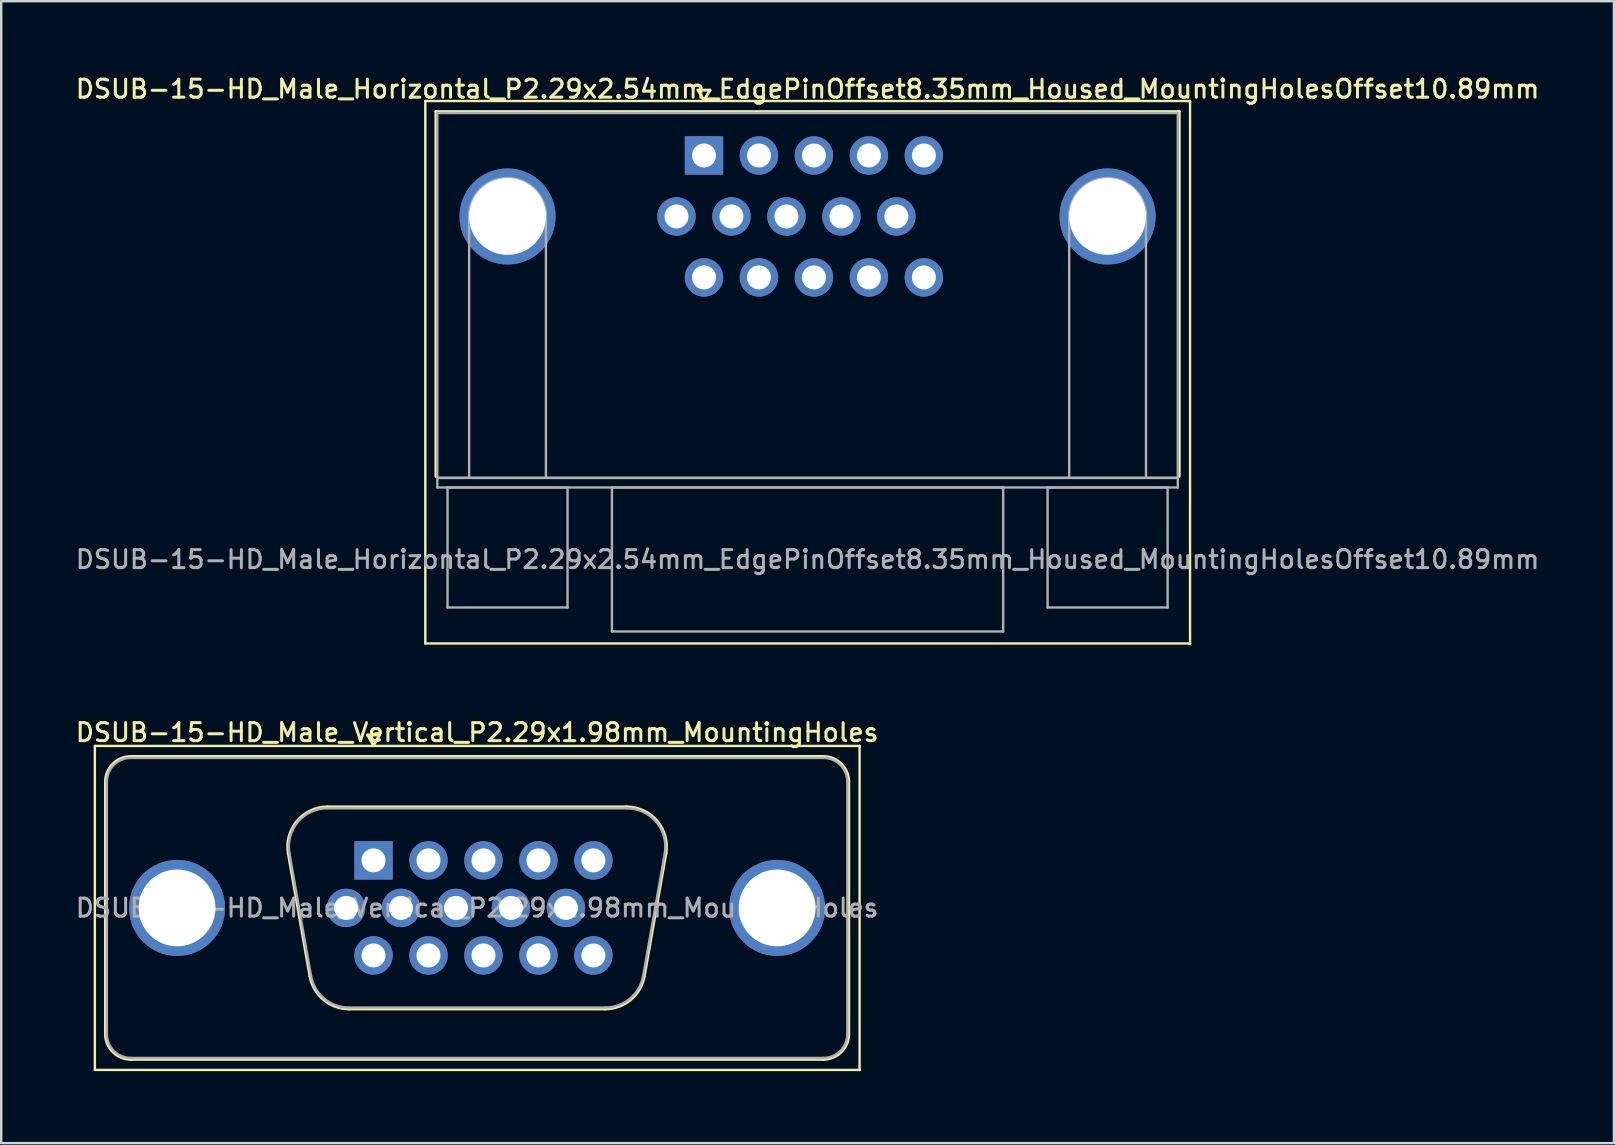
<source format=kicad_pcb>
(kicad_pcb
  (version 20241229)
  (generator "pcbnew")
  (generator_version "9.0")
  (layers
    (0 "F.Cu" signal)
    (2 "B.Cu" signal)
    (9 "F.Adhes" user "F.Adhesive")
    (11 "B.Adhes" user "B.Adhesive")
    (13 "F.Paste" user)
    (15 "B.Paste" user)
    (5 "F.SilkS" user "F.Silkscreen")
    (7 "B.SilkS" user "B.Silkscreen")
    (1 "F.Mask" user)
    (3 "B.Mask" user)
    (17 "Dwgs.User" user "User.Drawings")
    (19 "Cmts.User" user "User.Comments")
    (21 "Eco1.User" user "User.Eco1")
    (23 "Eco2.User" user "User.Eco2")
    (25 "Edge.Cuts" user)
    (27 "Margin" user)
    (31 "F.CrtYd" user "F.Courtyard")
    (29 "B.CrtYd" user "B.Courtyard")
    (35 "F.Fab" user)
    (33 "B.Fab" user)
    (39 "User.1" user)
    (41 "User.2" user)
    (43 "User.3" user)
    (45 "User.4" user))
  (footprint "DSUB-15-HD_Male_Horizontal_P2.29x2.54mm_EdgePinOffset8.35mm_Housed_MountingHolesOffset10.89mm"
    (layer "F.Cu")
    (at 26.28 3.428)
    (property "Reference" "DSUB-15-HD_Male_Horizontal_P2.29x2.54mm_EdgePinOffset8.35mm_Housed_MountingHolesOffset10.89mm" (at 4.315 -2.77 0) (layer "F.SilkS") (effects (font (size 0.75 0.75) (thickness 0.125))))
    (attr through_hole)
    (fp_line (start -11.61 -2.27) (end -11.61 20.33) (stroke (width 0.1) (type solid)) (layer "F.SilkS"))
    (fp_line (start -11.61 20.33) (end 20.25 20.33) (stroke (width 0.1) (type solid)) (layer "F.SilkS"))
    (fp_line (start -11.17 -1.83) (end 19.8 -1.83) (stroke (width 0.12) (type solid)) (layer "F.SilkS"))
    (fp_line (start -11.17 13.37) (end -11.17 -1.83) (stroke (width 0.12) (type solid)) (layer "F.SilkS"))
    (fp_line (start -0.25 -2.724) (end 0.25 -2.724) (stroke (width 0.12) (type solid)) (layer "F.SilkS"))
    (fp_line (start 0 -2.291) (end -0.25 -2.724) (stroke (width 0.12) (type solid)) (layer "F.SilkS"))
    (fp_line (start 0.25 -2.724) (end 0 -2.291) (stroke (width 0.12) (type solid)) (layer "F.SilkS"))
    (fp_line (start 19.8 -1.83) (end 19.8 13.37) (stroke (width 0.12) (type solid)) (layer "F.SilkS"))
    (fp_line (start 20.25 -2.27) (end -11.61 -2.27) (stroke (width 0.1) (type solid)) (layer "F.SilkS"))
    (fp_line (start 20.25 20.33) (end 20.25 -2.27) (stroke (width 0.1) (type solid)) (layer "F.SilkS"))
    (fp_line (start -11.11 -1.77) (end -11.11 13.43) (stroke (width 0.1) (type solid)) (layer "F.Fab"))
    (fp_line (start -11.11 13.43) (end -11.11 13.83) (stroke (width 0.1) (type solid)) (layer "F.Fab"))
    (fp_line (start -11.11 13.43) (end 19.74 13.43) (stroke (width 0.1) (type solid)) (layer "F.Fab"))
    (fp_line (start -11.11 13.83) (end 19.74 13.83) (stroke (width 0.1) (type solid)) (layer "F.Fab"))
    (fp_line (start -10.685 13.83) (end -10.685 18.83) (stroke (width 0.1) (type solid)) (layer "F.Fab"))
    (fp_line (start -10.685 18.83) (end -5.685 18.83) (stroke (width 0.1) (type solid)) (layer "F.Fab"))
    (fp_line (start -9.785 13.43) (end -9.785 2.54) (stroke (width 0.1) (type solid)) (layer "F.Fab"))
    (fp_line (start -6.585 13.43) (end -6.585 2.54) (stroke (width 0.1) (type solid)) (layer "F.Fab"))
    (fp_line (start -5.685 13.83) (end -10.685 13.83) (stroke (width 0.1) (type solid)) (layer "F.Fab"))
    (fp_line (start -5.685 18.83) (end -5.685 13.83) (stroke (width 0.1) (type solid)) (layer "F.Fab"))
    (fp_line (start -3.835 13.83) (end -3.835 19.83) (stroke (width 0.1) (type solid)) (layer "F.Fab"))
    (fp_line (start -3.835 19.83) (end 12.465 19.83) (stroke (width 0.1) (type solid)) (layer "F.Fab"))
    (fp_line (start 12.465 13.83) (end -3.835 13.83) (stroke (width 0.1) (type solid)) (layer "F.Fab"))
    (fp_line (start 12.465 19.83) (end 12.465 13.83) (stroke (width 0.1) (type solid)) (layer "F.Fab"))
    (fp_line (start 14.315 13.83) (end 14.315 18.83) (stroke (width 0.1) (type solid)) (layer "F.Fab"))
    (fp_line (start 14.315 18.83) (end 19.315 18.83) (stroke (width 0.1) (type solid)) (layer "F.Fab"))
    (fp_line (start 15.215 13.43) (end 15.215 2.54) (stroke (width 0.1) (type solid)) (layer "F.Fab"))
    (fp_line (start 18.415 13.43) (end 18.415 2.54) (stroke (width 0.1) (type solid)) (layer "F.Fab"))
    (fp_line (start 19.315 13.83) (end 14.315 13.83) (stroke (width 0.1) (type solid)) (layer "F.Fab"))
    (fp_line (start 19.315 18.83) (end 19.315 13.83) (stroke (width 0.1) (type solid)) (layer "F.Fab"))
    (fp_line (start 19.74 -1.77) (end -11.11 -1.77) (stroke (width 0.1) (type solid)) (layer "F.Fab"))
    (fp_line (start 19.74 13.43) (end -11.11 13.43) (stroke (width 0.1) (type solid)) (layer "F.Fab"))
    (fp_line (start 19.74 13.43) (end 19.74 -1.77) (stroke (width 0.1) (type solid)) (layer "F.Fab"))
    (fp_line (start 19.74 13.83) (end 19.74 13.43) (stroke (width 0.1) (type solid)) (layer "F.Fab"))
    (fp_arc (start -9.785 2.54) (mid -8.185 0.94) (end -6.585 2.54) (stroke (width 0.1) (type solid)) (layer "F.Fab"))
    (fp_arc (start 15.215 2.54) (mid 16.815 0.94) (end 18.415 2.54) (stroke (width 0.1) (type solid)) (layer "F.Fab"))
    (fp_text user "${REFERENCE}" (at 4.315 16.83 0) (layer "F.Fab") (effects (font (size 0.75 0.75) (thickness 0.125))))
    (pad "0" thru_hole circle (at -8.185 2.54) (size 4 4) (drill 3.2) (layers "*.Cu" "*.Mask"))
    (pad "0" thru_hole circle (at 16.815 2.54) (size 4 4) (drill 3.2) (layers "*.Cu" "*.Mask"))
    (pad "1" thru_hole rect (at 0 0) (size 1.6 1.6) (drill 1) (layers "*.Cu" "*.Mask"))
    (pad "2" thru_hole circle (at 2.29 0) (size 1.6 1.6) (drill 1) (layers "*.Cu" "*.Mask"))
    (pad "3" thru_hole circle (at 4.58 0) (size 1.6 1.6) (drill 1) (layers "*.Cu" "*.Mask"))
    (pad "4" thru_hole circle (at 6.87 0) (size 1.6 1.6) (drill 1) (layers "*.Cu" "*.Mask"))
    (pad "5" thru_hole circle (at 9.16 0) (size 1.6 1.6) (drill 1) (layers "*.Cu" "*.Mask"))
    (pad "6" thru_hole circle (at -1.145 2.54) (size 1.6 1.6) (drill 1) (layers "*.Cu" "*.Mask"))
    (pad "7" thru_hole circle (at 1.145 2.54) (size 1.6 1.6) (drill 1) (layers "*.Cu" "*.Mask"))
    (pad "8" thru_hole circle (at 3.435 2.54) (size 1.6 1.6) (drill 1) (layers "*.Cu" "*.Mask"))
    (pad "9" thru_hole circle (at 5.725 2.54) (size 1.6 1.6) (drill 1) (layers "*.Cu" "*.Mask"))
    (pad "10" thru_hole circle (at 8.015 2.54) (size 1.6 1.6) (drill 1) (layers "*.Cu" "*.Mask"))
    (pad "11" thru_hole circle (at 0 5.08) (size 1.6 1.6) (drill 1) (layers "*.Cu" "*.Mask"))
    (pad "12" thru_hole circle (at 2.29 5.08) (size 1.6 1.6) (drill 1) (layers "*.Cu" "*.Mask"))
    (pad "13" thru_hole circle (at 4.58 5.08) (size 1.6 1.6) (drill 1) (layers "*.Cu" "*.Mask"))
    (pad "14" thru_hole circle (at 6.87 5.08) (size 1.6 1.6) (drill 1) (layers "*.Cu" "*.Mask"))
    (pad "15" thru_hole circle (at 9.16 5.08) (size 1.6 1.6) (drill 1) (layers "*.Cu" "*.Mask")))
  (footprint "DSUB-15-HD_Male_Vertical_P2.29x1.98mm_MountingHoles"
    (layer "F.Cu")
    (at 12.512 32.796)
    (property "Reference" "DSUB-15-HD_Male_Vertical_P2.29x1.98mm_MountingHoles" (at 4.315 -5.33 0) (layer "F.SilkS") (effects (font (size 0.75 0.75) (thickness 0.125))))
    (attr through_hole)
    (fp_line (start -11.61 -4.77) (end -11.61 8.73) (stroke (width 0.1) (type solid)) (layer "F.SilkS"))
    (fp_line (start -11.61 8.73) (end 20.25 8.73) (stroke (width 0.1) (type solid)) (layer "F.SilkS"))
    (fp_line (start -11.17 7.23) (end -11.17 -3.27) (stroke (width 0.12) (type solid)) (layer "F.SilkS"))
    (fp_line (start -10.11 -4.33) (end 18.74 -4.33) (stroke (width 0.12) (type solid)) (layer "F.SilkS"))
    (fp_line (start -3.551 -0.282) (end -2.652 4.818) (stroke (width 0.12) (type solid)) (layer "F.SilkS"))
    (fp_line (start -1.917 -2.23) (end 10.547 -2.23) (stroke (width 0.12) (type solid)) (layer "F.SilkS"))
    (fp_line (start -1.017 6.19) (end 9.647 6.19) (stroke (width 0.12) (type solid)) (layer "F.SilkS"))
    (fp_line (start -0.25 -5.224) (end 0.25 -5.224) (stroke (width 0.12) (type solid)) (layer "F.SilkS"))
    (fp_line (start 0 -4.791) (end -0.25 -5.224) (stroke (width 0.12) (type solid)) (layer "F.SilkS"))
    (fp_line (start 0.25 -5.224) (end 0 -4.791) (stroke (width 0.12) (type solid)) (layer "F.SilkS"))
    (fp_line (start 12.181 -0.282) (end 11.282 4.818) (stroke (width 0.12) (type solid)) (layer "F.SilkS"))
    (fp_line (start 18.74 8.29) (end -10.11 8.29) (stroke (width 0.12) (type solid)) (layer "F.SilkS"))
    (fp_line (start 19.8 -3.27) (end 19.8 7.23) (stroke (width 0.12) (type solid)) (layer "F.SilkS"))
    (fp_line (start 20.25 -4.77) (end -11.61 -4.77) (stroke (width 0.1) (type solid)) (layer "F.SilkS"))
    (fp_line (start 20.25 8.73) (end 20.25 -4.77) (stroke (width 0.1) (type solid)) (layer "F.SilkS"))
    (fp_arc (start -11.17 -3.27) (mid -10.859533 -4.019533) (end -10.11 -4.33) (stroke (width 0.12) (type solid)) (layer "F.SilkS"))
    (fp_arc (start -10.11 8.29) (mid -10.859533 7.979533) (end -11.17 7.23) (stroke (width 0.12) (type solid)) (layer "F.SilkS"))
    (fp_arc (start -3.55147 -0.281744) (mid -3.188323 -1.637027) (end -1.916689 -2.23) (stroke (width 0.12) (type solid)) (layer "F.SilkS"))
    (fp_arc (start -1.017421 6.19) (mid -2.084449 5.801634) (end -2.652202 4.818256) (stroke (width 0.12) (type solid)) (layer "F.SilkS"))
    (fp_arc (start 10.546689 -2.23) (mid 11.818323 -1.637027) (end 12.18147 -0.281744) (stroke (width 0.12) (type solid)) (layer "F.SilkS"))
    (fp_arc (start 11.282202 4.818256) (mid 10.714449 5.801634) (end 9.647421 6.19) (stroke (width 0.12) (type solid)) (layer "F.SilkS"))
    (fp_arc (start 18.74 -4.33) (mid 19.489533 -4.019533) (end 19.8 -3.27) (stroke (width 0.12) (type solid)) (layer "F.SilkS"))
    (fp_arc (start 19.8 7.23) (mid 19.489533 7.979533) (end 18.74 8.29) (stroke (width 0.12) (type solid)) (layer "F.SilkS"))
    (fp_line (start -11.11 7.23) (end -11.11 -3.27) (stroke (width 0.1) (type solid)) (layer "F.Fab"))
    (fp_line (start -10.11 -4.27) (end 18.74 -4.27) (stroke (width 0.1) (type solid)) (layer "F.Fab"))
    (fp_line (start -3.504 -0.292) (end -2.605 4.808) (stroke (width 0.1) (type solid)) (layer "F.Fab"))
    (fp_line (start -1.928 -2.17) (end 10.558 -2.17) (stroke (width 0.1) (type solid)) (layer "F.Fab"))
    (fp_line (start -1.029 6.13) (end 9.659 6.13) (stroke (width 0.1) (type solid)) (layer "F.Fab"))
    (fp_line (start 12.134 -0.292) (end 11.235 4.808) (stroke (width 0.1) (type solid)) (layer "F.Fab"))
    (fp_line (start 18.74 8.23) (end -10.11 8.23) (stroke (width 0.1) (type solid)) (layer "F.Fab"))
    (fp_line (start 19.74 -3.27) (end 19.74 7.23) (stroke (width 0.1) (type solid)) (layer "F.Fab"))
    (fp_arc (start -11.11 -3.27) (mid -10.817107 -3.977107) (end -10.11 -4.27) (stroke (width 0.1) (type solid)) (layer "F.Fab"))
    (fp_arc (start -10.11 8.23) (mid -10.817107 7.937107) (end -11.11 7.23) (stroke (width 0.1) (type solid)) (layer "F.Fab"))
    (fp_arc (start -3.503887 -0.292163) (mid -3.153865 -1.59846) (end -1.928194 -2.17) (stroke (width 0.1) (type solid)) (layer "F.Fab"))
    (fp_arc (start -1.028927 6.13) (mid -2.057387 5.755671) (end -2.604619 4.807837) (stroke (width 0.1) (type solid)) (layer "F.Fab"))
    (fp_arc (start 10.558194 -2.17) (mid 11.783865 -1.59846) (end 12.133887 -0.292163) (stroke (width 0.1) (type solid)) (layer "F.Fab"))
    (fp_arc (start 11.234619 4.807837) (mid 10.687387 5.755671) (end 9.658927 6.13) (stroke (width 0.1) (type solid)) (layer "F.Fab"))
    (fp_arc (start 18.74 -4.27) (mid 19.447107 -3.977107) (end 19.74 -3.27) (stroke (width 0.1) (type solid)) (layer "F.Fab"))
    (fp_arc (start 19.74 7.23) (mid 19.447107 7.937107) (end 18.74 8.23) (stroke (width 0.1) (type solid)) (layer "F.Fab"))
    (fp_text user "${REFERENCE}" (at 4.315 1.98 0) (layer "F.Fab") (effects (font (size 0.75 0.75) (thickness 0.125))))
    (pad "0" thru_hole circle (at -8.185 1.98) (size 4 4) (drill 3.2) (layers "*.Cu" "*.Mask"))
    (pad "0" thru_hole circle (at 16.815 1.98) (size 4 4) (drill 3.2) (layers "*.Cu" "*.Mask"))
    (pad "1" thru_hole rect (at 0 0) (size 1.6 1.6) (drill 1) (layers "*.Cu" "*.Mask"))
    (pad "2" thru_hole circle (at 2.29 0) (size 1.6 1.6) (drill 1) (layers "*.Cu" "*.Mask"))
    (pad "3" thru_hole circle (at 4.58 0) (size 1.6 1.6) (drill 1) (layers "*.Cu" "*.Mask"))
    (pad "4" thru_hole circle (at 6.87 0) (size 1.6 1.6) (drill 1) (layers "*.Cu" "*.Mask"))
    (pad "5" thru_hole circle (at 9.16 0) (size 1.6 1.6) (drill 1) (layers "*.Cu" "*.Mask"))
    (pad "6" thru_hole circle (at -1.145 1.98) (size 1.6 1.6) (drill 1) (layers "*.Cu" "*.Mask"))
    (pad "7" thru_hole circle (at 1.145 1.98) (size 1.6 1.6) (drill 1) (layers "*.Cu" "*.Mask"))
    (pad "8" thru_hole circle (at 3.435 1.98) (size 1.6 1.6) (drill 1) (layers "*.Cu" "*.Mask"))
    (pad "9" thru_hole circle (at 5.725 1.98) (size 1.6 1.6) (drill 1) (layers "*.Cu" "*.Mask"))
    (pad "10" thru_hole circle (at 8.015 1.98) (size 1.6 1.6) (drill 1) (layers "*.Cu" "*.Mask"))
    (pad "11" thru_hole circle (at 0 3.96) (size 1.6 1.6) (drill 1) (layers "*.Cu" "*.Mask"))
    (pad "12" thru_hole circle (at 2.29 3.96) (size 1.6 1.6) (drill 1) (layers "*.Cu" "*.Mask"))
    (pad "13" thru_hole circle (at 4.58 3.96) (size 1.6 1.6) (drill 1) (layers "*.Cu" "*.Mask"))
    (pad "14" thru_hole circle (at 6.87 3.96) (size 1.6 1.6) (drill 1) (layers "*.Cu" "*.Mask"))
    (pad "15" thru_hole circle (at 9.16 3.96) (size 1.6 1.6) (drill 1) (layers "*.Cu" "*.Mask")))
  (gr_rect
    (start -3 -3)
    (end 64.189 44.576)
    (stroke (width 0.1) (type default))
    (fill no)
    (layer "Edge.Cuts")))
</source>
